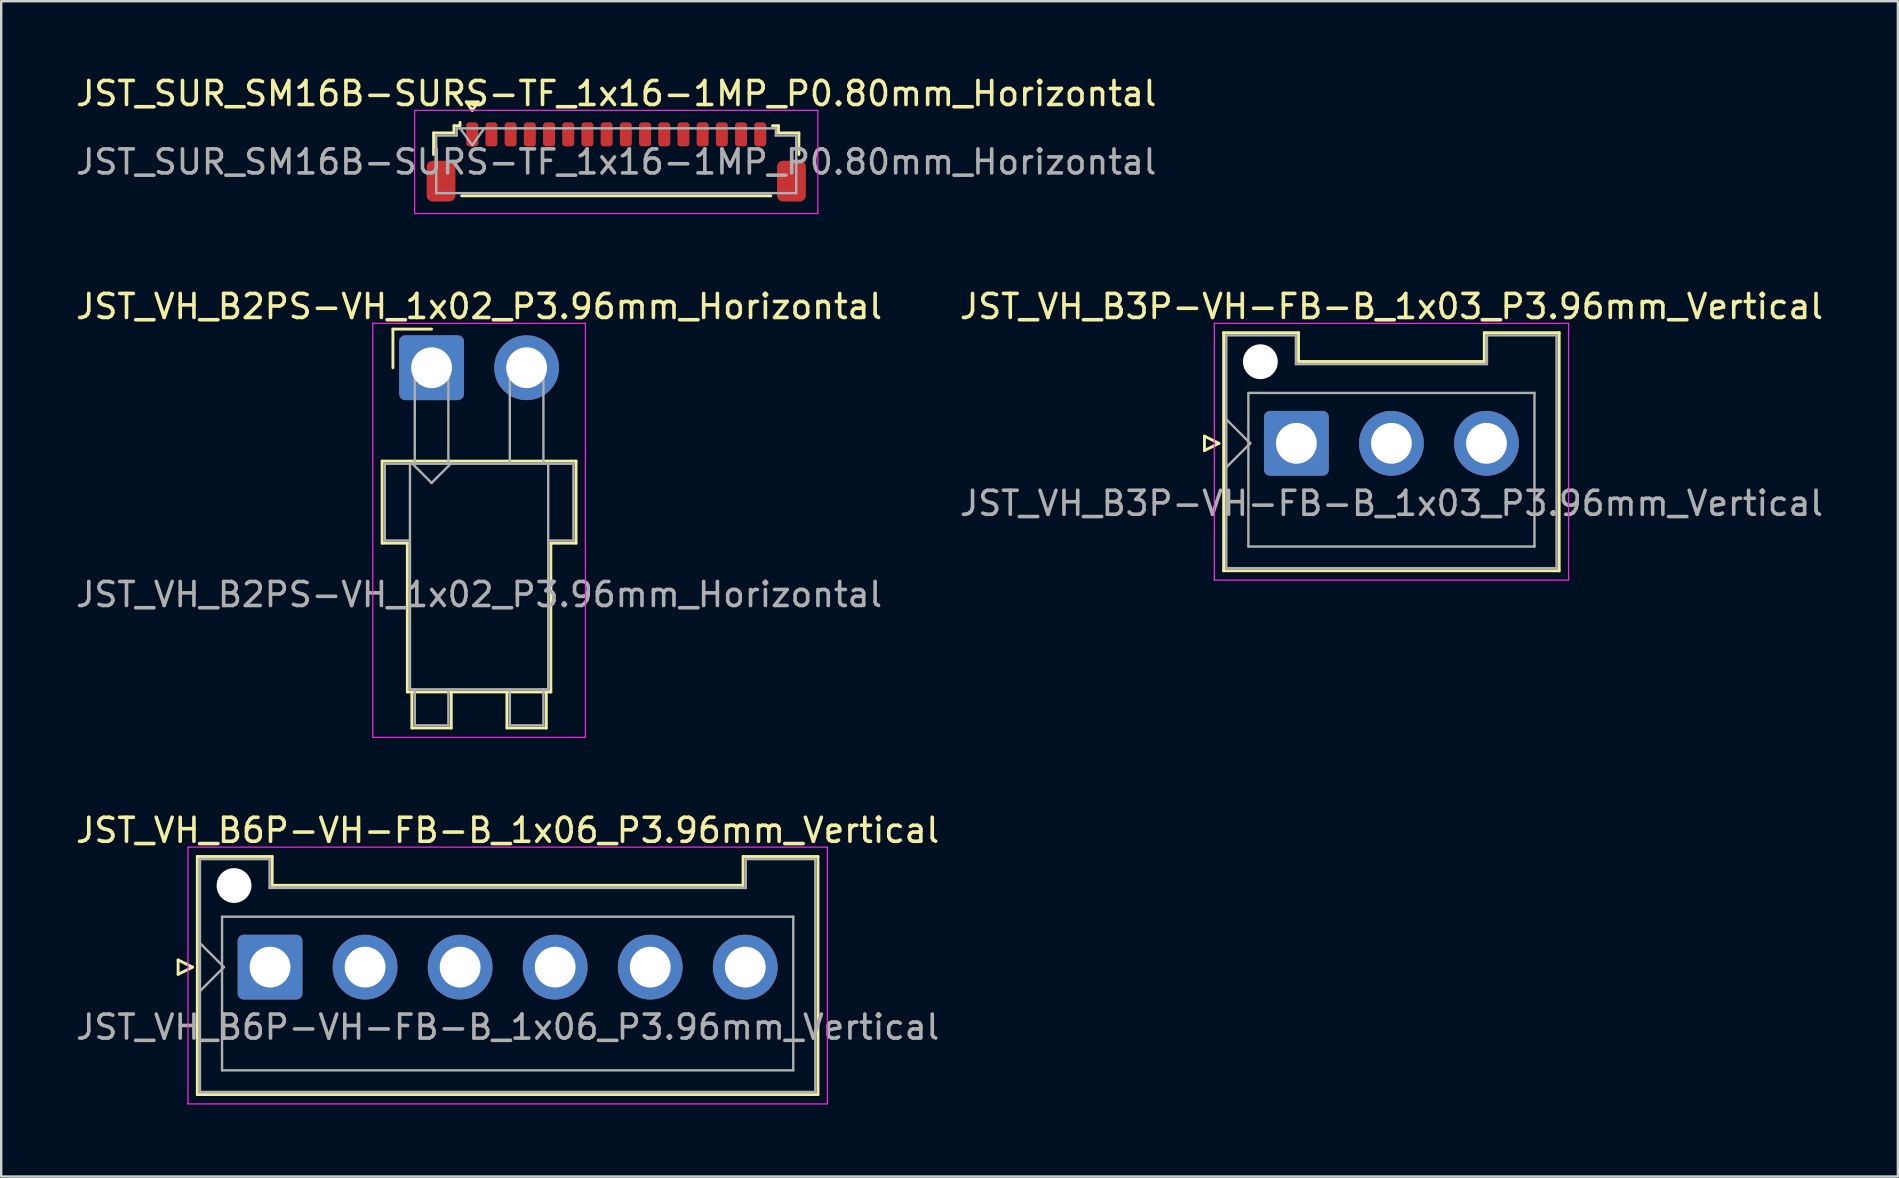
<source format=kicad_pcb>
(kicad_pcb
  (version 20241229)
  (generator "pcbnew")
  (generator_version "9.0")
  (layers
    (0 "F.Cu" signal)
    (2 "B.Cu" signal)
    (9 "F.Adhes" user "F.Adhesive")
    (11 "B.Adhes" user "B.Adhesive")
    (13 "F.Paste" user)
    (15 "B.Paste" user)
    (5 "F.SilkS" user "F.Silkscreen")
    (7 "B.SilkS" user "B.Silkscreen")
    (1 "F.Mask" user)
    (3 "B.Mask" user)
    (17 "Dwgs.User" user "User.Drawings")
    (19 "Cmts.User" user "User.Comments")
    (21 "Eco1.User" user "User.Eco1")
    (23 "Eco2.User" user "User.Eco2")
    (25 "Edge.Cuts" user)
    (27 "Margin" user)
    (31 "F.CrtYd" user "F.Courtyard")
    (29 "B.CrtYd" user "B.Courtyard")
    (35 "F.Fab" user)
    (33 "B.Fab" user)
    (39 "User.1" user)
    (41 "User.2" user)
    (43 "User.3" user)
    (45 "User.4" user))
  (footprint "JST_VH_B6P-VH-FB-B_1x06_P3.96mm_Vertical"
    (layer "F.Cu")
    (at 8.201 37.245)
    (property "Reference" "JST_VH_B6P-VH-FB-B_1x06_P3.96mm_Vertical" (at 9.9 -5.7 0) (layer "F.SilkS") (effects (font (size 1 1) (thickness 0.15))))
    (attr through_hole)
    (fp_line (start -3.83 -0.3) (end -3.23 0) (stroke (width 0.12) (type solid)) (layer "F.SilkS"))
    (fp_line (start -3.83 0.3) (end -3.83 -0.3) (stroke (width 0.12) (type solid)) (layer "F.SilkS"))
    (fp_line (start -3.23 0) (end -3.83 0.3) (stroke (width 0.12) (type solid)) (layer "F.SilkS"))
    (fp_line (start -3.03 -4.61) (end 0.09 -4.61) (stroke (width 0.12) (type solid)) (layer "F.SilkS"))
    (fp_line (start -3.03 5.31) (end -3.03 -4.61) (stroke (width 0.12) (type solid)) (layer "F.SilkS"))
    (fp_line (start 0.09 -4.61) (end 0.09 -3.41) (stroke (width 0.12) (type solid)) (layer "F.SilkS"))
    (fp_line (start 0.09 -3.41) (end 19.71 -3.41) (stroke (width 0.12) (type solid)) (layer "F.SilkS"))
    (fp_line (start 19.71 -4.61) (end 22.83 -4.61) (stroke (width 0.12) (type solid)) (layer "F.SilkS"))
    (fp_line (start 19.71 -3.41) (end 19.71 -4.61) (stroke (width 0.12) (type solid)) (layer "F.SilkS"))
    (fp_line (start 22.83 -4.61) (end 22.83 5.31) (stroke (width 0.12) (type solid)) (layer "F.SilkS"))
    (fp_line (start 22.83 5.31) (end -3.03 5.31) (stroke (width 0.12) (type solid)) (layer "F.SilkS"))
    (fp_line (start -3.42 -5) (end -3.42 5.7) (stroke (width 0.05) (type solid)) (layer "F.CrtYd"))
    (fp_line (start -3.42 5.7) (end 23.22 5.7) (stroke (width 0.05) (type solid)) (layer "F.CrtYd"))
    (fp_line (start 23.22 -5) (end -3.42 -5) (stroke (width 0.05) (type solid)) (layer "F.CrtYd"))
    (fp_line (start 23.22 5.7) (end 23.22 -5) (stroke (width 0.05) (type solid)) (layer "F.CrtYd"))
    (fp_line (start -2.92 -4.5) (end -0.02 -4.5) (stroke (width 0.1) (type solid)) (layer "F.Fab"))
    (fp_line (start -2.92 -1) (end -1.92 0) (stroke (width 0.1) (type solid)) (layer "F.Fab"))
    (fp_line (start -2.92 1) (end -1.92 0) (stroke (width 0.1) (type solid)) (layer "F.Fab"))
    (fp_line (start -2.92 5.2) (end -2.92 -4.5) (stroke (width 0.1) (type solid)) (layer "F.Fab"))
    (fp_line (start -2 -2.1) (end 21.8 -2.1) (stroke (width 0.1) (type solid)) (layer "F.Fab"))
    (fp_line (start -2 4.3) (end -2 -2.1) (stroke (width 0.1) (type solid)) (layer "F.Fab"))
    (fp_line (start -0.02 -4.5) (end -0.02 -3.3) (stroke (width 0.1) (type solid)) (layer "F.Fab"))
    (fp_line (start -0.02 -3.3) (end 19.82 -3.3) (stroke (width 0.1) (type solid)) (layer "F.Fab"))
    (fp_line (start 19.82 -4.5) (end 22.72 -4.5) (stroke (width 0.1) (type solid)) (layer "F.Fab"))
    (fp_line (start 19.82 -3.3) (end 19.82 -4.5) (stroke (width 0.1) (type solid)) (layer "F.Fab"))
    (fp_line (start 21.8 -2.1) (end 21.8 4.3) (stroke (width 0.1) (type solid)) (layer "F.Fab"))
    (fp_line (start 21.8 4.3) (end -2 4.3) (stroke (width 0.1) (type solid)) (layer "F.Fab"))
    (fp_line (start 22.72 -4.5) (end 22.72 5.2) (stroke (width 0.1) (type solid)) (layer "F.Fab"))
    (fp_line (start 22.72 5.2) (end -2.92 5.2) (stroke (width 0.1) (type solid)) (layer "F.Fab"))
    (fp_text user "${REFERENCE}" (at 9.9 2.5 0) (layer "F.Fab") (effects (font (size 1 1) (thickness 0.15))))
    (pad "" np_thru_hole circle (at -1.5 -3.4) (size 1.45 1.45) (drill 1.45) (layers "*.Cu" "*.Mask"))
    (pad "1" thru_hole roundrect (at 0 0) (size 2.7 2.7) (drill 1.7) (layers "*.Cu" "*.Mask") (roundrect_rratio 0.093))
    (pad "2" thru_hole circle (at 3.96 0) (size 2.7 2.7) (drill 1.7) (layers "*.Cu" "*.Mask"))
    (pad "3" thru_hole circle (at 7.92 0) (size 2.7 2.7) (drill 1.7) (layers "*.Cu" "*.Mask"))
    (pad "4" thru_hole circle (at 11.88 0) (size 2.7 2.7) (drill 1.7) (layers "*.Cu" "*.Mask"))
    (pad "5" thru_hole circle (at 15.84 0) (size 2.7 2.7) (drill 1.7) (layers "*.Cu" "*.Mask"))
    (pad "6" thru_hole circle (at 19.8 0) (size 2.7 2.7) (drill 1.7) (layers "*.Cu" "*.Mask")))
  (footprint "JST_VH_B3P-VH-FB-B_1x03_P3.96mm_Vertical"
    (layer "F.Cu")
    (at 50.963 15.421)
    (property "Reference" "JST_VH_B3P-VH-FB-B_1x03_P3.96mm_Vertical" (at 3.96 -5.7 0) (layer "F.SilkS") (effects (font (size 1 1) (thickness 0.15))))
    (attr through_hole)
    (fp_line (start -3.83 -0.3) (end -3.23 0) (stroke (width 0.12) (type solid)) (layer "F.SilkS"))
    (fp_line (start -3.83 0.3) (end -3.83 -0.3) (stroke (width 0.12) (type solid)) (layer "F.SilkS"))
    (fp_line (start -3.23 0) (end -3.83 0.3) (stroke (width 0.12) (type solid)) (layer "F.SilkS"))
    (fp_line (start -3.03 -4.61) (end 0.09 -4.61) (stroke (width 0.12) (type solid)) (layer "F.SilkS"))
    (fp_line (start -3.03 5.31) (end -3.03 -4.61) (stroke (width 0.12) (type solid)) (layer "F.SilkS"))
    (fp_line (start 0.09 -4.61) (end 0.09 -3.41) (stroke (width 0.12) (type solid)) (layer "F.SilkS"))
    (fp_line (start 0.09 -3.41) (end 7.83 -3.41) (stroke (width 0.12) (type solid)) (layer "F.SilkS"))
    (fp_line (start 7.83 -4.61) (end 10.95 -4.61) (stroke (width 0.12) (type solid)) (layer "F.SilkS"))
    (fp_line (start 7.83 -3.41) (end 7.83 -4.61) (stroke (width 0.12) (type solid)) (layer "F.SilkS"))
    (fp_line (start 10.95 -4.61) (end 10.95 5.31) (stroke (width 0.12) (type solid)) (layer "F.SilkS"))
    (fp_line (start 10.95 5.31) (end -3.03 5.31) (stroke (width 0.12) (type solid)) (layer "F.SilkS"))
    (fp_line (start -3.42 -5) (end -3.42 5.7) (stroke (width 0.05) (type solid)) (layer "F.CrtYd"))
    (fp_line (start -3.42 5.7) (end 11.34 5.7) (stroke (width 0.05) (type solid)) (layer "F.CrtYd"))
    (fp_line (start 11.34 -5) (end -3.42 -5) (stroke (width 0.05) (type solid)) (layer "F.CrtYd"))
    (fp_line (start 11.34 5.7) (end 11.34 -5) (stroke (width 0.05) (type solid)) (layer "F.CrtYd"))
    (fp_line (start -2.92 -4.5) (end -0.02 -4.5) (stroke (width 0.1) (type solid)) (layer "F.Fab"))
    (fp_line (start -2.92 -1) (end -1.92 0) (stroke (width 0.1) (type solid)) (layer "F.Fab"))
    (fp_line (start -2.92 1) (end -1.92 0) (stroke (width 0.1) (type solid)) (layer "F.Fab"))
    (fp_line (start -2.92 5.2) (end -2.92 -4.5) (stroke (width 0.1) (type solid)) (layer "F.Fab"))
    (fp_line (start -2 -2.1) (end 9.92 -2.1) (stroke (width 0.1) (type solid)) (layer "F.Fab"))
    (fp_line (start -2 4.3) (end -2 -2.1) (stroke (width 0.1) (type solid)) (layer "F.Fab"))
    (fp_line (start -0.02 -4.5) (end -0.02 -3.3) (stroke (width 0.1) (type solid)) (layer "F.Fab"))
    (fp_line (start -0.02 -3.3) (end 7.94 -3.3) (stroke (width 0.1) (type solid)) (layer "F.Fab"))
    (fp_line (start 7.94 -4.5) (end 10.84 -4.5) (stroke (width 0.1) (type solid)) (layer "F.Fab"))
    (fp_line (start 7.94 -3.3) (end 7.94 -4.5) (stroke (width 0.1) (type solid)) (layer "F.Fab"))
    (fp_line (start 9.92 -2.1) (end 9.92 4.3) (stroke (width 0.1) (type solid)) (layer "F.Fab"))
    (fp_line (start 9.92 4.3) (end -2 4.3) (stroke (width 0.1) (type solid)) (layer "F.Fab"))
    (fp_line (start 10.84 -4.5) (end 10.84 5.2) (stroke (width 0.1) (type solid)) (layer "F.Fab"))
    (fp_line (start 10.84 5.2) (end -2.92 5.2) (stroke (width 0.1) (type solid)) (layer "F.Fab"))
    (fp_text user "${REFERENCE}" (at 3.96 2.5 0) (layer "F.Fab") (effects (font (size 1 1) (thickness 0.15))))
    (pad "" np_thru_hole circle (at -1.5 -3.4) (size 1.45 1.45) (drill 1.45) (layers "*.Cu" "*.Mask"))
    (pad "1" thru_hole roundrect (at 0 0) (size 2.7 2.7) (drill 1.7) (layers "*.Cu" "*.Mask") (roundrect_rratio 0.093))
    (pad "2" thru_hole circle (at 3.96 0) (size 2.7 2.7) (drill 1.7) (layers "*.Cu" "*.Mask"))
    (pad "3" thru_hole circle (at 7.92 0) (size 2.7 2.7) (drill 1.7) (layers "*.Cu" "*.Mask")))
  (footprint "JST_VH_B2PS-VH_1x02_P3.96mm_Horizontal"
    (layer "F.Cu")
    (at 14.931 12.271)
    (property "Reference" "JST_VH_B2PS-VH_1x02_P3.96mm_Horizontal" (at 1.98 -2.55 0) (layer "F.SilkS") (effects (font (size 1 1) (thickness 0.15))))
    (attr through_hole)
    (fp_line (start -2.06 3.89) (end 6.02 3.89) (stroke (width 0.12) (type solid)) (layer "F.SilkS"))
    (fp_line (start -2.06 7.31) (end -2.06 3.89) (stroke (width 0.12) (type solid)) (layer "F.SilkS"))
    (fp_line (start -1.61 -1.61) (end -1.61 0) (stroke (width 0.12) (type solid)) (layer "F.SilkS"))
    (fp_line (start -1.01 7.31) (end -2.06 7.31) (stroke (width 0.12) (type solid)) (layer "F.SilkS"))
    (fp_line (start -1.01 13.51) (end -1.01 7.31) (stroke (width 0.12) (type solid)) (layer "F.SilkS"))
    (fp_line (start -0.82 13.51) (end -0.82 15.01) (stroke (width 0.12) (type solid)) (layer "F.SilkS"))
    (fp_line (start -0.82 15.01) (end 0.82 15.01) (stroke (width 0.12) (type solid)) (layer "F.SilkS"))
    (fp_line (start 0 -1.61) (end -1.61 -1.61) (stroke (width 0.12) (type solid)) (layer "F.SilkS"))
    (fp_line (start 0.82 15.01) (end 0.82 13.51) (stroke (width 0.12) (type solid)) (layer "F.SilkS"))
    (fp_line (start 3.14 13.51) (end 3.14 15.01) (stroke (width 0.12) (type solid)) (layer "F.SilkS"))
    (fp_line (start 3.14 15.01) (end 4.78 15.01) (stroke (width 0.12) (type solid)) (layer "F.SilkS"))
    (fp_line (start 4.78 15.01) (end 4.78 13.51) (stroke (width 0.12) (type solid)) (layer "F.SilkS"))
    (fp_line (start 4.97 7.31) (end 4.97 13.51) (stroke (width 0.12) (type solid)) (layer "F.SilkS"))
    (fp_line (start 4.97 13.51) (end -1.01 13.51) (stroke (width 0.12) (type solid)) (layer "F.SilkS"))
    (fp_line (start 6.02 3.89) (end 6.02 7.31) (stroke (width 0.12) (type solid)) (layer "F.SilkS"))
    (fp_line (start 6.02 7.31) (end 4.97 7.31) (stroke (width 0.12) (type solid)) (layer "F.SilkS"))
    (fp_line (start -2.45 -1.85) (end -2.45 15.4) (stroke (width 0.05) (type solid)) (layer "F.CrtYd"))
    (fp_line (start -2.45 15.4) (end 6.41 15.4) (stroke (width 0.05) (type solid)) (layer "F.CrtYd"))
    (fp_line (start 6.41 -1.85) (end -2.45 -1.85) (stroke (width 0.05) (type solid)) (layer "F.CrtYd"))
    (fp_line (start 6.41 15.4) (end 6.41 -1.85) (stroke (width 0.05) (type solid)) (layer "F.CrtYd"))
    (fp_line (start -1.95 4) (end -0.9 4) (stroke (width 0.1) (type solid)) (layer "F.Fab"))
    (fp_line (start -1.95 7.2) (end -1.95 4) (stroke (width 0.1) (type solid)) (layer "F.Fab"))
    (fp_line (start -0.9 4) (end -0.9 13.4) (stroke (width 0.1) (type solid)) (layer "F.Fab"))
    (fp_line (start -0.9 7.2) (end -1.95 7.2) (stroke (width 0.1) (type solid)) (layer "F.Fab"))
    (fp_line (start -0.9 13.4) (end 4.86 13.4) (stroke (width 0.1) (type solid)) (layer "F.Fab"))
    (fp_line (start -0.8 4) (end 0 4.8) (stroke (width 0.1) (type solid)) (layer "F.Fab"))
    (fp_line (start -0.7 0) (end 0.7 0) (stroke (width 0.1) (type solid)) (layer "F.Fab"))
    (fp_line (start -0.7 4) (end -0.7 0) (stroke (width 0.1) (type solid)) (layer "F.Fab"))
    (fp_line (start -0.7 13.4) (end -0.7 14.9) (stroke (width 0.1) (type solid)) (layer "F.Fab"))
    (fp_line (start -0.7 14.9) (end 0.7 14.9) (stroke (width 0.1) (type solid)) (layer "F.Fab"))
    (fp_line (start 0 4.8) (end 0.8 4) (stroke (width 0.1) (type solid)) (layer "F.Fab"))
    (fp_line (start 0.7 0) (end 0.7 4) (stroke (width 0.1) (type solid)) (layer "F.Fab"))
    (fp_line (start 0.7 14.9) (end 0.7 13.4) (stroke (width 0.1) (type solid)) (layer "F.Fab"))
    (fp_line (start 3.26 0) (end 4.66 0) (stroke (width 0.1) (type solid)) (layer "F.Fab"))
    (fp_line (start 3.26 4) (end 3.26 0) (stroke (width 0.1) (type solid)) (layer "F.Fab"))
    (fp_line (start 3.26 13.4) (end 3.26 14.9) (stroke (width 0.1) (type solid)) (layer "F.Fab"))
    (fp_line (start 3.26 14.9) (end 4.66 14.9) (stroke (width 0.1) (type solid)) (layer "F.Fab"))
    (fp_line (start 4.66 0) (end 4.66 4) (stroke (width 0.1) (type solid)) (layer "F.Fab"))
    (fp_line (start 4.66 14.9) (end 4.66 13.4) (stroke (width 0.1) (type solid)) (layer "F.Fab"))
    (fp_line (start 4.86 4) (end -0.9 4) (stroke (width 0.1) (type solid)) (layer "F.Fab"))
    (fp_line (start 4.86 4) (end 5.91 4) (stroke (width 0.1) (type solid)) (layer "F.Fab"))
    (fp_line (start 4.86 13.4) (end 4.86 4) (stroke (width 0.1) (type solid)) (layer "F.Fab"))
    (fp_line (start 5.91 4) (end 5.91 7.2) (stroke (width 0.1) (type solid)) (layer "F.Fab"))
    (fp_line (start 5.91 7.2) (end 4.86 7.2) (stroke (width 0.1) (type solid)) (layer "F.Fab"))
    (fp_text user "${REFERENCE}" (at 1.98 9.45 0) (layer "F.Fab") (effects (font (size 1 1) (thickness 0.15))))
    (pad "1" thru_hole roundrect (at 0 0) (size 2.7 2.7) (drill 1.7) (layers "*.Cu" "*.Mask") (roundrect_rratio 0.093))
    (pad "2" thru_hole circle (at 3.96 0) (size 2.7 2.7) (drill 1.7) (layers "*.Cu" "*.Mask")))
  (footprint "JST_SUR_SM16B-SURS-TF_1x16-1MP_P0.80mm_Horizontal"
    (layer "F.Cu")
    (at 22.625 3.698)
    (property "Reference" "JST_SUR_SM16B-SURS-TF_1x16-1MP_P0.80mm_Horizontal" (at 0 -2.85 0) (layer "F.SilkS") (effects (font (size 1 1) (thickness 0.15))))
    (attr smd)
    (fp_line (start -7.61 -1.21) (end -6.76 -1.21) (stroke (width 0.12) (type solid)) (layer "F.SilkS"))
    (fp_line (start -7.61 -0.31) (end -7.61 -1.21) (stroke (width 0.12) (type solid)) (layer "F.SilkS"))
    (fp_line (start -6.76 -1.51) (end -6.51 -1.51) (stroke (width 0.12) (type solid)) (layer "F.SilkS"))
    (fp_line (start -6.76 -1.21) (end -6.76 -1.51) (stroke (width 0.12) (type solid)) (layer "F.SilkS"))
    (fp_line (start -6.51 -1.51) (end -6.51 -1.65) (stroke (width 0.12) (type solid)) (layer "F.SilkS"))
    (fp_line (start -6.44 1.41) (end 6.44 1.41) (stroke (width 0.12) (type solid)) (layer "F.SilkS"))
    (fp_line (start -6.25 -2.504) (end -6 -2.15) (stroke (width 0.12) (type solid)) (layer "F.SilkS"))
    (fp_line (start -6 -2.15) (end -5.75 -2.504) (stroke (width 0.12) (type solid)) (layer "F.SilkS"))
    (fp_line (start -5.75 -2.504) (end -6.25 -2.504) (stroke (width 0.12) (type solid)) (layer "F.SilkS"))
    (fp_line (start 6.76 -1.51) (end 6.51 -1.51) (stroke (width 0.12) (type solid)) (layer "F.SilkS"))
    (fp_line (start 6.76 -1.21) (end 6.76 -1.51) (stroke (width 0.12) (type solid)) (layer "F.SilkS"))
    (fp_line (start 7.61 -1.21) (end 6.76 -1.21) (stroke (width 0.12) (type solid)) (layer "F.SilkS"))
    (fp_line (start 7.61 -0.31) (end 7.61 -1.21) (stroke (width 0.12) (type solid)) (layer "F.SilkS"))
    (fp_line (start -8.4 -2.15) (end -8.4 2.15) (stroke (width 0.05) (type solid)) (layer "F.CrtYd"))
    (fp_line (start -8.4 2.15) (end 8.4 2.15) (stroke (width 0.05) (type solid)) (layer "F.CrtYd"))
    (fp_line (start 8.4 -2.15) (end -8.4 -2.15) (stroke (width 0.05) (type solid)) (layer "F.CrtYd"))
    (fp_line (start 8.4 2.15) (end 8.4 -2.15) (stroke (width 0.05) (type solid)) (layer "F.CrtYd"))
    (fp_line (start -7.5 -1.1) (end -7.5 1.3) (stroke (width 0.1) (type solid)) (layer "F.Fab"))
    (fp_line (start -7.5 -1.1) (end -6.65 -1.1) (stroke (width 0.1) (type solid)) (layer "F.Fab"))
    (fp_line (start -7.5 1.3) (end 7.5 1.3) (stroke (width 0.1) (type solid)) (layer "F.Fab"))
    (fp_line (start -6.65 -1.4) (end 6.65 -1.4) (stroke (width 0.1) (type solid)) (layer "F.Fab"))
    (fp_line (start -6.65 -1.1) (end -6.65 -1.4) (stroke (width 0.1) (type solid)) (layer "F.Fab"))
    (fp_line (start -6.5 -1.4) (end -6 -0.693) (stroke (width 0.1) (type solid)) (layer "F.Fab"))
    (fp_line (start -6 -0.693) (end -5.5 -1.4) (stroke (width 0.1) (type solid)) (layer "F.Fab"))
    (fp_line (start 6.65 -1.4) (end 6.65 -1.1) (stroke (width 0.1) (type solid)) (layer "F.Fab"))
    (fp_line (start 6.65 -1.1) (end 7.5 -1.1) (stroke (width 0.1) (type solid)) (layer "F.Fab"))
    (fp_line (start 7.5 -1.1) (end 7.5 1.3) (stroke (width 0.1) (type solid)) (layer "F.Fab"))
    (fp_text user "${REFERENCE}" (at 0 0 0) (layer "F.Fab") (effects (font (size 1 1) (thickness 0.15))))
    (pad "1" smd roundrect (at -6 -1.15) (size 0.5 1) (layers "F.Cu" "F.Mask" "F.Paste") (roundrect_rratio 0.25))
    (pad "2" smd roundrect (at -5.2 -1.15) (size 0.5 1) (layers "F.Cu" "F.Mask" "F.Paste") (roundrect_rratio 0.25))
    (pad "3" smd roundrect (at -4.4 -1.15) (size 0.5 1) (layers "F.Cu" "F.Mask" "F.Paste") (roundrect_rratio 0.25))
    (pad "4" smd roundrect (at -3.6 -1.15) (size 0.5 1) (layers "F.Cu" "F.Mask" "F.Paste") (roundrect_rratio 0.25))
    (pad "5" smd roundrect (at -2.8 -1.15) (size 0.5 1) (layers "F.Cu" "F.Mask" "F.Paste") (roundrect_rratio 0.25))
    (pad "6" smd roundrect (at -2 -1.15) (size 0.5 1) (layers "F.Cu" "F.Mask" "F.Paste") (roundrect_rratio 0.25))
    (pad "7" smd roundrect (at -1.2 -1.15) (size 0.5 1) (layers "F.Cu" "F.Mask" "F.Paste") (roundrect_rratio 0.25))
    (pad "8" smd roundrect (at -0.4 -1.15) (size 0.5 1) (layers "F.Cu" "F.Mask" "F.Paste") (roundrect_rratio 0.25))
    (pad "9" smd roundrect (at 0.4 -1.15) (size 0.5 1) (layers "F.Cu" "F.Mask" "F.Paste") (roundrect_rratio 0.25))
    (pad "10" smd roundrect (at 1.2 -1.15) (size 0.5 1) (layers "F.Cu" "F.Mask" "F.Paste") (roundrect_rratio 0.25))
    (pad "11" smd roundrect (at 2 -1.15) (size 0.5 1) (layers "F.Cu" "F.Mask" "F.Paste") (roundrect_rratio 0.25))
    (pad "12" smd roundrect (at 2.8 -1.15) (size 0.5 1) (layers "F.Cu" "F.Mask" "F.Paste") (roundrect_rratio 0.25))
    (pad "13" smd roundrect (at 3.6 -1.15) (size 0.5 1) (layers "F.Cu" "F.Mask" "F.Paste") (roundrect_rratio 0.25))
    (pad "14" smd roundrect (at 4.4 -1.15) (size 0.5 1) (layers "F.Cu" "F.Mask" "F.Paste") (roundrect_rratio 0.25))
    (pad "15" smd roundrect (at 5.2 -1.15) (size 0.5 1) (layers "F.Cu" "F.Mask" "F.Paste") (roundrect_rratio 0.25))
    (pad "16" smd roundrect (at 6 -1.15) (size 0.5 1) (layers "F.Cu" "F.Mask" "F.Paste") (roundrect_rratio 0.25))
    (pad "MP" smd roundrect (at -7.3 0.8) (size 1.2 1.7) (layers "F.Cu" "F.Mask" "F.Paste") (roundrect_rratio 0.208))
    (pad "MP" smd roundrect (at 7.3 0.8) (size 1.2 1.7) (layers "F.Cu" "F.Mask" "F.Paste") (roundrect_rratio 0.208)))
  (gr_rect
    (start -3 -3)
    (end 76.024 45.97)
    (stroke (width 0.1) (type default))
    (fill no)
    (layer "Edge.Cuts")))
</source>
